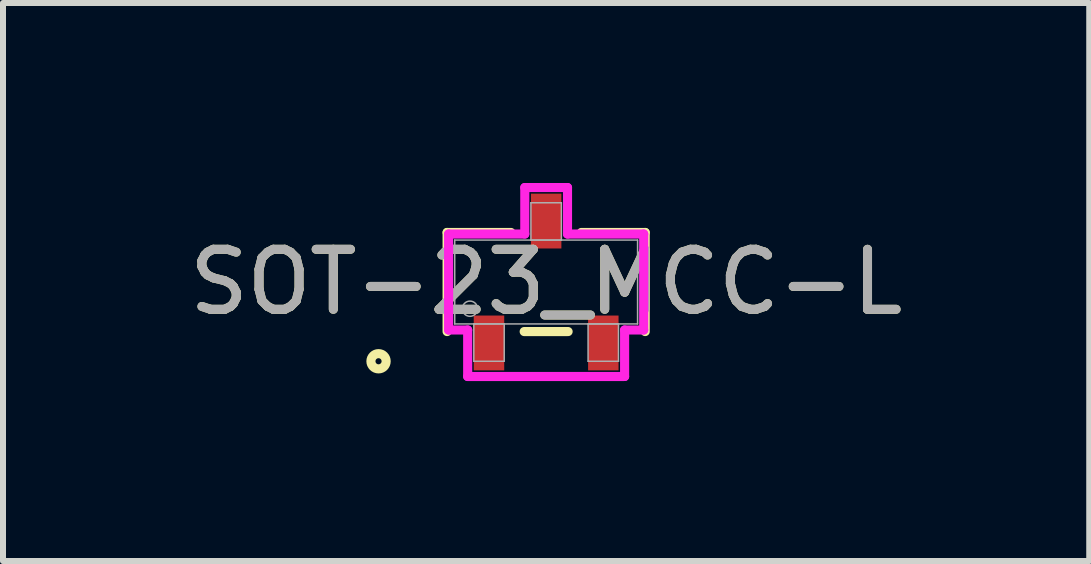
<source format=kicad_pcb>
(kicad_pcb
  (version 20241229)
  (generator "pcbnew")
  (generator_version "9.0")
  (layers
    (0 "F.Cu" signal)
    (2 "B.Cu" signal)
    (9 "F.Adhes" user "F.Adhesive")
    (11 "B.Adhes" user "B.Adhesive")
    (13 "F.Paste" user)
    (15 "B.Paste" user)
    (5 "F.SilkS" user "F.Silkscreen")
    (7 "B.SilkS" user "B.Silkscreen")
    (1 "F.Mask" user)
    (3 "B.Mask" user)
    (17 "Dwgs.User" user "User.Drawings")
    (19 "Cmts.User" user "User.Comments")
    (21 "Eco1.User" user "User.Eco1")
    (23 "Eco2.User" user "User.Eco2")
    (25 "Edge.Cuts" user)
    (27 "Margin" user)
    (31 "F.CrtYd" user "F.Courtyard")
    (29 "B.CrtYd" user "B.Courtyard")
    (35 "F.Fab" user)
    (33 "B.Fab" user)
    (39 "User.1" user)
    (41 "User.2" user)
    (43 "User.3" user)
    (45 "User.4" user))
  (footprint "SOT-23_MCC-L"
    (layer "F.Cu")
    (at 6.054 1.651)
    (property "Reference" "SOT-23_MCC-L" (at 0 0 0) (unlocked yes) (layer "F.SilkS") (effects (font (size 1 1) (thickness 0.15))))
    (attr smd)
    (fp_line (start -1.651 -0.826) (end -1.651 0.826) (stroke (width 0.152) (type solid)) (layer "F.SilkS"))
    (fp_line (start -0.587 -0.826) (end -1.651 -0.826) (stroke (width 0.152) (type solid)) (layer "F.SilkS"))
    (fp_line (start -0.366 0.826) (end 0.366 0.826) (stroke (width 0.152) (type solid)) (layer "F.SilkS"))
    (fp_line (start 1.651 -0.826) (end 0.587 -0.826) (stroke (width 0.152) (type solid)) (layer "F.SilkS"))
    (fp_line (start 1.651 0.826) (end 1.651 -0.826) (stroke (width 0.152) (type solid)) (layer "F.SilkS"))
    (fp_circle (center -2.794 1.321) (end -2.667 1.321) (stroke (width 0.152) (type solid)) (fill no) (layer "F.SilkS"))
    (fp_line (start -1.626 -0.8) (end -0.356 -0.8) (stroke (width 0.152) (type solid)) (layer "F.CrtYd"))
    (fp_line (start -1.626 0.8) (end -1.626 -0.8) (stroke (width 0.152) (type solid)) (layer "F.CrtYd"))
    (fp_line (start -1.626 0.8) (end -1.308 0.8) (stroke (width 0.152) (type solid)) (layer "F.CrtYd"))
    (fp_line (start -1.308 0.8) (end -1.308 1.575) (stroke (width 0.152) (type solid)) (layer "F.CrtYd"))
    (fp_line (start -1.308 1.575) (end 1.308 1.575) (stroke (width 0.152) (type solid)) (layer "F.CrtYd"))
    (fp_line (start -0.356 -1.575) (end 0.356 -1.575) (stroke (width 0.152) (type solid)) (layer "F.CrtYd"))
    (fp_line (start -0.356 -0.8) (end -0.356 -1.575) (stroke (width 0.152) (type solid)) (layer "F.CrtYd"))
    (fp_line (start 0.356 -0.8) (end 0.356 -1.575) (stroke (width 0.152) (type solid)) (layer "F.CrtYd"))
    (fp_line (start 1.308 0.8) (end 1.308 1.575) (stroke (width 0.152) (type solid)) (layer "F.CrtYd"))
    (fp_line (start 1.626 -0.8) (end 0.356 -0.8) (stroke (width 0.152) (type solid)) (layer "F.CrtYd"))
    (fp_line (start 1.626 -0.8) (end 1.626 0.8) (stroke (width 0.152) (type solid)) (layer "F.CrtYd"))
    (fp_line (start 1.626 0.8) (end 1.308 0.8) (stroke (width 0.152) (type solid)) (layer "F.CrtYd"))
    (fp_line (start -1.524 -0.699) (end -1.524 0.699) (stroke (width 0.025) (type solid)) (layer "F.Fab"))
    (fp_line (start -1.524 0.699) (end 1.524 0.699) (stroke (width 0.025) (type solid)) (layer "F.Fab"))
    (fp_line (start -1.206 0.699) (end -1.206 1.321) (stroke (width 0.025) (type solid)) (layer "F.Fab"))
    (fp_line (start -1.206 1.321) (end -0.699 1.321) (stroke (width 0.025) (type solid)) (layer "F.Fab"))
    (fp_line (start -0.699 0.699) (end -1.206 0.699) (stroke (width 0.025) (type solid)) (layer "F.Fab"))
    (fp_line (start -0.699 1.321) (end -0.699 0.699) (stroke (width 0.025) (type solid)) (layer "F.Fab"))
    (fp_line (start -0.254 -1.321) (end -0.254 -0.699) (stroke (width 0.025) (type solid)) (layer "F.Fab"))
    (fp_line (start -0.254 -0.699) (end 0.254 -0.699) (stroke (width 0.025) (type solid)) (layer "F.Fab"))
    (fp_line (start 0.254 -1.321) (end -0.254 -1.321) (stroke (width 0.025) (type solid)) (layer "F.Fab"))
    (fp_line (start 0.254 -0.699) (end 0.254 -1.321) (stroke (width 0.025) (type solid)) (layer "F.Fab"))
    (fp_line (start 0.699 0.699) (end 0.699 1.321) (stroke (width 0.025) (type solid)) (layer "F.Fab"))
    (fp_line (start 0.699 1.321) (end 1.206 1.321) (stroke (width 0.025) (type solid)) (layer "F.Fab"))
    (fp_line (start 1.206 0.699) (end 0.699 0.699) (stroke (width 0.025) (type solid)) (layer "F.Fab"))
    (fp_line (start 1.206 1.321) (end 1.206 0.699) (stroke (width 0.025) (type solid)) (layer "F.Fab"))
    (fp_line (start 1.524 -0.699) (end -1.524 -0.699) (stroke (width 0.025) (type solid)) (layer "F.Fab"))
    (fp_line (start 1.524 0.699) (end 1.524 -0.699) (stroke (width 0.025) (type solid)) (layer "F.Fab"))
    (fp_circle (center -1.27 0.445) (end -1.143 0.445) (stroke (width 0.025) (type solid)) (fill no) (layer "F.Fab"))
    (fp_text user "${REFERENCE}" (at 0 0 0) (unlocked yes) (layer "F.Fab") (effects (font (size 1 1) (thickness 0.15))))
    (pad "1" smd rect (at -0.953 1.016) (size 0.508 0.914) (layers "F.Cu" "F.Mask" "F.Paste"))
    (pad "2" smd rect (at 0.953 1.016) (size 0.508 0.914) (layers "F.Cu" "F.Mask" "F.Paste"))
    (pad "3" smd rect (at 0 -1.016) (size 0.508 0.914) (layers "F.Cu" "F.Mask" "F.Paste")))
  (gr_rect
    (start -3 -3)
    (end 15.107 6.302)
    (stroke (width 0.1) (type default))
    (fill no)
    (layer "Edge.Cuts")))
</source>
